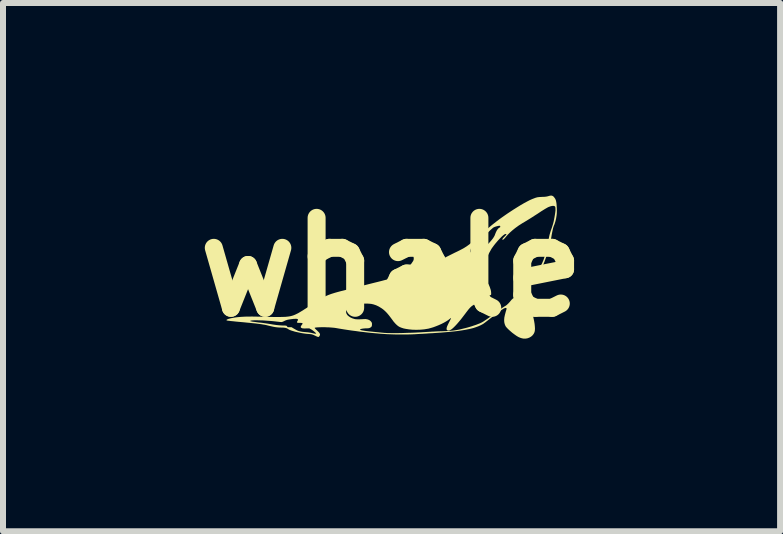
<source format=kicad_pcb>
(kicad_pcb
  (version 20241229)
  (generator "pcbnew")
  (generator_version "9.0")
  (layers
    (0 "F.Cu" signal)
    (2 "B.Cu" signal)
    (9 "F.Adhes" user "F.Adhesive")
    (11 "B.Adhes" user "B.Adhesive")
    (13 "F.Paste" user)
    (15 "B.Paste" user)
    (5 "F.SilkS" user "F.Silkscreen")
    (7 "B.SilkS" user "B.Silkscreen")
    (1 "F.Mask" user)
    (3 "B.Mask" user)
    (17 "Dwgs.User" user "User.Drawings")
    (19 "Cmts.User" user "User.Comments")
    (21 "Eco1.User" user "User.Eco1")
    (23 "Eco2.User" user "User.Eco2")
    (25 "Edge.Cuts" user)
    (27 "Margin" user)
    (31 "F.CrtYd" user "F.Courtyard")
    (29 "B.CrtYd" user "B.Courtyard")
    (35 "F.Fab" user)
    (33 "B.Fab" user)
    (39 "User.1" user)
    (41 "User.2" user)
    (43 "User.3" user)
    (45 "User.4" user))
  (footprint "whale"
    (layer "F.Cu")
    (at 3.479 1.404)
    (property "Reference" "whale" (at 0 0 0) (layer "F.SilkS") (effects (font (size 1.5 1.5) (thickness 0.3))))
    (attr board_only exclude_from_pos_files exclude_from_bom)
    (fp_poly (pts (xy 2.671 -1.192) (xy 2.685 -1.187) (xy 2.689 -1.185) (xy 2.702 -1.175) (xy 2.714 -1.16) (xy 2.727 -1.142) (xy 2.736 -1.123) (xy 2.739 -1.115) (xy 2.744 -1.094) (xy 2.749 -1.067) (xy 2.752 -1.036) (xy 2.754 -1.002) (xy 2.756 -0.967) (xy 2.756 -0.932) (xy 2.755 -0.898) (xy 2.752 -0.868) (xy 2.751 -0.859) (xy 2.743 -0.809) (xy 2.732 -0.764) (xy 2.72 -0.725) (xy 2.713 -0.706) (xy 2.706 -0.69) (xy 2.7 -0.673) (xy 2.694 -0.654) (xy 2.689 -0.632) (xy 2.683 -0.606) (xy 2.677 -0.576) (xy 2.67 -0.54) (xy 2.664 -0.503) (xy 2.659 -0.473) (xy 2.653 -0.443) (xy 2.647 -0.413) (xy 2.642 -0.387) (xy 2.637 -0.364) (xy 2.634 -0.353) (xy 2.619 -0.3) (xy 2.603 -0.247) (xy 2.586 -0.194) (xy 2.568 -0.143) (xy 2.55 -0.093) (xy 2.532 -0.047) (xy 2.514 -0.005) (xy 2.497 0.032) (xy 2.482 0.062) (xy 2.481 0.064) (xy 2.473 0.077) (xy 2.461 0.095) (xy 2.445 0.119) (xy 2.425 0.148) (xy 2.4 0.183) (xy 2.372 0.223) (xy 2.338 0.27) (xy 2.301 0.322) (xy 2.297 0.327) (xy 2.239 0.407) (xy 2.246 0.428) (xy 2.25 0.439) (xy 2.255 0.455) (xy 2.261 0.475) (xy 2.267 0.497) (xy 2.269 0.505) (xy 2.275 0.525) (xy 2.283 0.551) (xy 2.291 0.581) (xy 2.3 0.611) (xy 2.309 0.64) (xy 2.311 0.648) (xy 2.333 0.72) (xy 2.351 0.787) (xy 2.366 0.847) (xy 2.377 0.9) (xy 2.385 0.948) (xy 2.389 0.99) (xy 2.391 1.026) (xy 2.389 1.056) (xy 2.384 1.082) (xy 2.383 1.084) (xy 2.37 1.112) (xy 2.351 1.137) (xy 2.327 1.158) (xy 2.3 1.174) (xy 2.269 1.186) (xy 2.236 1.192) (xy 2.202 1.192) (xy 2.174 1.187) (xy 2.145 1.178) (xy 2.115 1.165) (xy 2.083 1.146) (xy 2.049 1.122) (xy 2.014 1.096) (xy 1.986 1.072) (xy 1.96 1.049) (xy 1.938 1.028) (xy 1.919 1.008) (xy 1.905 0.991) (xy 1.898 0.979) (xy 1.886 0.949) (xy 1.879 0.917) (xy 1.877 0.881) (xy 1.88 0.842) (xy 1.889 0.799) (xy 1.902 0.75) (xy 1.905 0.739) (xy 1.912 0.717) (xy 1.916 0.702) (xy 1.917 0.691) (xy 1.915 0.685) (xy 1.911 0.681) (xy 1.906 0.68) (xy 1.899 0.68) (xy 1.891 0.682) (xy 1.882 0.686) (xy 1.87 0.691) (xy 1.856 0.7) (xy 1.839 0.711) (xy 1.819 0.725) (xy 1.795 0.742) (xy 1.766 0.763) (xy 1.734 0.788) (xy 1.696 0.817) (xy 1.653 0.851) (xy 1.642 0.859) (xy 1.613 0.882) (xy 1.588 0.901) (xy 1.568 0.917) (xy 1.551 0.929) (xy 1.537 0.94) (xy 1.525 0.948) (xy 1.514 0.954) (xy 1.503 0.96) (xy 1.492 0.966) (xy 1.479 0.972) (xy 1.475 0.974) (xy 1.443 0.988) (xy 1.407 1.001) (xy 1.369 1.014) (xy 1.327 1.025) (xy 1.281 1.035) (xy 1.231 1.045) (xy 1.177 1.054) (xy 1.117 1.063) (xy 1.052 1.071) (xy 0.981 1.078) (xy 0.904 1.085) (xy 0.82 1.092) (xy 0.729 1.098) (xy 0.689 1.101) (xy 0.628 1.104) (xy 0.574 1.108) (xy 0.527 1.111) (xy 0.485 1.113) (xy 0.448 1.115) (xy 0.415 1.117) (xy 0.385 1.119) (xy 0.359 1.12) (xy 0.335 1.121) (xy 0.313 1.122) (xy 0.291 1.122) (xy 0.27 1.123) (xy 0.249 1.123) (xy 0.226 1.123) (xy 0.202 1.123) (xy 0.176 1.123) (xy 0.166 1.123) (xy 0.103 1.123) (xy 0.043 1.122) (xy -0.015 1.12) (xy -0.073 1.118) (xy -0.131 1.114) (xy -0.192 1.11) (xy -0.256 1.104) (xy -0.326 1.098) (xy -0.357 1.095) (xy -0.412 1.089) (xy -0.471 1.082) (xy -0.533 1.075) (xy -0.596 1.066) (xy -0.66 1.058) (xy -0.722 1.049) (xy -0.781 1.04) (xy -0.837 1.031) (xy -0.886 1.023) (xy -0.908 1.019) (xy -0.931 1.015) (xy -0.952 1.012) (xy -0.972 1.01) (xy -0.995 1.008) (xy -1.02 1.006) (xy -1.05 1.004) (xy -1.07 1.004) (xy -1.107 1.002) (xy -1.143 1.002) (xy -1.176 1.002) (xy -1.206 1.003) (xy -1.232 1.004) (xy -1.254 1.006) (xy -1.27 1.008) (xy -1.279 1.01) (xy -1.281 1.012) (xy -1.282 1.015) (xy -1.279 1.021) (xy -1.271 1.029) (xy -1.267 1.034) (xy -1.244 1.055) (xy -1.226 1.073) (xy -1.212 1.087) (xy -1.203 1.099) (xy -1.197 1.108) (xy -1.194 1.117) (xy -1.193 1.125) (xy -1.196 1.137) (xy -1.202 1.149) (xy -1.21 1.159) (xy -1.215 1.163) (xy -1.22 1.164) (xy -1.225 1.164) (xy -1.233 1.162) (xy -1.245 1.157) (xy -1.262 1.15) (xy -1.268 1.146) (xy -1.291 1.136) (xy -1.308 1.128) (xy -1.324 1.123) (xy -1.339 1.119) (xy -1.357 1.117) (xy -1.378 1.115) (xy -1.393 1.114) (xy -1.427 1.111) (xy -1.463 1.106) (xy -1.501 1.1) (xy -1.539 1.092) (xy -1.576 1.084) (xy -1.611 1.076) (xy -1.644 1.066) (xy -1.673 1.057) (xy -1.697 1.048) (xy -1.715 1.039) (xy -1.723 1.034) (xy -1.738 1.024) (xy -1.755 1.017) (xy -1.775 1.012) (xy -1.8 1.009) (xy -1.831 1.008) (xy -1.836 1.008) (xy -1.868 1.007) (xy -1.9 1.005) (xy -1.933 1.001) (xy -1.968 0.995) (xy -2.008 0.986) (xy -2.043 0.978) (xy -2.068 0.972) (xy -2.092 0.966) (xy -2.117 0.961) (xy -2.143 0.957) (xy -2.17 0.952) (xy -2.2 0.948) (xy -2.233 0.944) (xy -2.271 0.939) (xy -2.313 0.935) (xy -2.36 0.93) (xy -2.414 0.925) (xy -2.451 0.921) (xy -2.505 0.916) (xy -2.553 0.912) (xy -2.594 0.908) (xy -2.629 0.904) (xy -2.659 0.901) (xy -2.683 0.899) (xy -2.687 0.898) (xy -2.357 0.898) (xy -2.355 0.901) (xy -2.35 0.903) (xy -2.338 0.905) (xy -2.321 0.909) (xy -2.299 0.912) (xy -2.274 0.915) (xy -2.246 0.919) (xy -2.216 0.923) (xy -2.194 0.925) (xy -2.164 0.928) (xy -2.129 0.933) (xy -2.095 0.938) (xy -2.062 0.943) (xy -2.043 0.946) (xy -1.979 0.957) (xy -1.923 0.965) (xy -1.873 0.97) (xy -1.831 0.973) (xy -1.804 0.974) (xy -1.782 0.974) (xy -1.766 0.975) (xy -1.756 0.977) (xy -1.748 0.981) (xy -1.743 0.987) (xy -1.739 0.993) (xy -1.737 0.998) (xy -1.733 1) (xy -1.727 1.002) (xy -1.716 1.002) (xy -1.701 1.002) (xy -1.667 1.002) (xy -1.631 1.024) (xy -1.608 1.037) (xy -1.589 1.048) (xy -1.571 1.057) (xy -1.553 1.064) (xy -1.535 1.069) (xy -1.515 1.074) (xy -1.492 1.078) (xy -1.465 1.081) (xy -1.432 1.084) (xy -1.396 1.087) (xy -1.369 1.091) (xy -1.343 1.095) (xy -1.322 1.1) (xy -1.319 1.101) (xy -1.301 1.105) (xy -1.285 1.108) (xy -1.271 1.11) (xy -1.261 1.109) (xy -1.257 1.107) (xy -1.257 1.106) (xy -1.26 1.102) (xy -1.268 1.094) (xy -1.28 1.083) (xy -1.293 1.072) (xy -1.308 1.06) (xy -1.323 1.049) (xy -1.337 1.04) (xy -1.348 1.034) (xy -1.348 1.034) (xy -1.373 1.021) (xy -1.426 1.022) (xy -1.449 1.023) (xy -1.466 1.022) (xy -1.479 1.021) (xy -1.488 1.02) (xy -1.495 1.017) (xy -1.508 1.011) (xy -1.514 1.003) (xy -1.515 0.994) (xy -1.51 0.982) (xy -1.5 0.967) (xy -1.496 0.961) (xy -1.487 0.95) (xy -1.484 0.941) (xy -1.486 0.935) (xy -1.494 0.932) (xy -1.508 0.93) (xy -1.529 0.929) (xy -1.534 0.929) (xy -1.554 0.929) (xy -1.568 0.927) (xy -1.576 0.924) (xy -1.578 0.919) (xy -1.576 0.91) (xy -1.569 0.899) (xy -1.569 0.899) (xy -1.562 0.885) (xy -1.56 0.876) (xy -1.564 0.869) (xy -1.573 0.864) (xy -1.587 0.862) (xy -1.607 0.862) (xy -1.634 0.863) (xy -1.667 0.867) (xy -1.704 0.872) (xy -1.726 0.876) (xy -1.743 0.88) (xy -1.758 0.885) (xy -1.774 0.891) (xy -1.784 0.896) (xy -1.8 0.904) (xy -1.814 0.91) (xy -1.825 0.914) (xy -1.828 0.915) (xy -1.836 0.916) (xy -1.85 0.915) (xy -1.866 0.914) (xy -1.881 0.912) (xy -1.924 0.907) (xy -1.968 0.902) (xy -2.012 0.898) (xy -2.056 0.895) (xy -2.099 0.892) (xy -2.14 0.889) (xy -2.18 0.888) (xy -2.217 0.887) (xy -2.251 0.886) (xy -2.281 0.886) (xy -2.307 0.887) (xy -2.328 0.889) (xy -2.344 0.891) (xy -2.354 0.895) (xy -2.357 0.898) (xy -2.687 0.898) (xy -2.703 0.896) (xy -2.719 0.894) (xy -2.731 0.893) (xy -2.74 0.891) (xy -2.746 0.889) (xy -2.75 0.888) (xy -2.752 0.886) (xy -2.752 0.884) (xy -2.753 0.883) (xy -2.749 0.877) (xy -2.738 0.871) (xy -2.722 0.864) (xy -2.7 0.858) (xy -2.673 0.851) (xy -2.664 0.85) (xy -2.634 0.844) (xy -2.603 0.839) (xy -2.571 0.835) (xy -2.539 0.832) (xy -2.504 0.829) (xy -2.466 0.827) (xy -2.426 0.825) (xy -2.381 0.825) (xy -2.332 0.824) (xy -2.277 0.825) (xy -2.216 0.826) (xy -2.149 0.827) (xy -2.111 0.828) (xy -2.044 0.83) (xy -1.984 0.831) (xy -1.931 0.832) (xy -1.884 0.832) (xy -1.842 0.831) (xy -1.804 0.83) (xy -1.771 0.829) (xy -1.742 0.826) (xy -1.715 0.823) (xy -1.691 0.819) (xy -1.67 0.814) (xy -1.649 0.808) (xy -1.629 0.801) (xy -1.61 0.793) (xy -1.59 0.784) (xy -1.581 0.779) (xy -1.566 0.772) (xy -1.551 0.764) (xy -1.536 0.755) (xy -1.519 0.745) (xy -1.516 0.743) (xy -0.758 0.743) (xy -0.757 0.759) (xy -0.751 0.776) (xy -0.749 0.781) (xy -0.735 0.802) (xy -0.713 0.821) (xy -0.686 0.839) (xy -0.653 0.854) (xy -0.631 0.861) (xy -0.617 0.865) (xy -0.605 0.868) (xy -0.591 0.869) (xy -0.573 0.87) (xy -0.55 0.87) (xy -0.549 0.87) (xy -0.527 0.87) (xy -0.503 0.869) (xy -0.482 0.868) (xy -0.465 0.867) (xy -0.464 0.867) (xy -0.431 0.866) (xy -0.4 0.872) (xy -0.373 0.882) (xy -0.351 0.898) (xy -0.338 0.913) (xy -0.332 0.923) (xy -0.328 0.932) (xy -0.327 0.944) (xy -0.327 0.955) (xy -0.328 0.975) (xy -0.333 0.99) (xy -0.343 1.001) (xy -0.359 1.011) (xy -0.372 1.016) (xy -0.387 1.019) (xy -0.402 1.02) (xy -0.426 1.02) (xy -0.45 1.022) (xy -0.472 1.024) (xy -0.492 1.027) (xy -0.509 1.031) (xy -0.52 1.035) (xy -0.526 1.039) (xy -0.526 1.04) (xy -0.525 1.043) (xy -0.52 1.046) (xy -0.512 1.05) (xy -0.501 1.053) (xy -0.485 1.056) (xy -0.466 1.059) (xy -0.441 1.063) (xy -0.412 1.067) (xy -0.377 1.071) (xy -0.336 1.075) (xy -0.289 1.08) (xy -0.236 1.085) (xy -0.176 1.091) (xy -0.113 1.097) (xy -0.089 1.098) (xy -0.057 1.1) (xy -0.02 1.1) (xy 0.023 1.101) (xy 0.071 1.101) (xy 0.122 1.1) (xy 0.178 1.099) (xy 0.235 1.097) (xy 0.295 1.095) (xy 0.306 1.095) (xy 0.388 1.092) (xy 0.465 1.088) (xy 0.536 1.084) (xy 0.604 1.08) (xy 0.642 1.078) (xy 0.667 1.076) (xy 0.698 1.075) (xy 0.733 1.073) (xy 0.769 1.071) (xy 0.806 1.07) (xy 0.842 1.069) (xy 0.848 1.069) (xy 0.899 1.067) (xy 0.945 1.065) (xy 0.986 1.062) (xy 1.024 1.058) (xy 1.061 1.053) (xy 1.097 1.047) (xy 1.135 1.04) (xy 1.175 1.03) (xy 1.22 1.019) (xy 1.221 1.019) (xy 1.259 1.009) (xy 1.298 0.998) (xy 1.337 0.986) (xy 1.375 0.973) (xy 1.411 0.961) (xy 1.444 0.948) (xy 1.473 0.937) (xy 1.496 0.926) (xy 1.511 0.918) (xy 1.527 0.909) (xy 1.548 0.895) (xy 1.572 0.879) (xy 1.6 0.86) (xy 1.629 0.84) (xy 1.658 0.82) (xy 1.686 0.799) (xy 1.713 0.78) (xy 1.737 0.763) (xy 1.756 0.748) (xy 1.769 0.737) (xy 1.801 0.712) (xy 1.829 0.691) (xy 1.855 0.673) (xy 1.88 0.657) (xy 1.896 0.648) (xy 1.919 0.632) (xy 1.944 0.609) (xy 1.971 0.58) (xy 1.988 0.559) (xy 2.003 0.542) (xy 2.02 0.526) (xy 2.041 0.511) (xy 2.066 0.495) (xy 2.096 0.478) (xy 2.118 0.467) (xy 2.139 0.457) (xy 2.157 0.448) (xy 2.173 0.439) (xy 2.184 0.433) (xy 2.189 0.429) (xy 2.194 0.423) (xy 2.202 0.411) (xy 2.21 0.396) (xy 2.216 0.383) (xy 2.226 0.365) (xy 2.237 0.347) (xy 2.251 0.328) (xy 2.268 0.305) (xy 2.28 0.29) (xy 2.332 0.225) (xy 2.378 0.162) (xy 2.419 0.102) (xy 2.454 0.044) (xy 2.485 -0.013) (xy 2.512 -0.07) (xy 2.536 -0.127) (xy 2.555 -0.186) (xy 2.572 -0.247) (xy 2.577 -0.266) (xy 2.58 -0.28) (xy 2.584 -0.299) (xy 2.589 -0.324) (xy 2.595 -0.351) (xy 2.601 -0.381) (xy 2.608 -0.412) (xy 2.609 -0.417) (xy 2.617 -0.457) (xy 2.624 -0.491) (xy 2.63 -0.52) (xy 2.636 -0.545) (xy 2.643 -0.568) (xy 2.649 -0.589) (xy 2.656 -0.611) (xy 2.664 -0.634) (xy 2.668 -0.644) (xy 2.68 -0.681) (xy 2.691 -0.716) (xy 2.701 -0.753) (xy 2.709 -0.792) (xy 2.717 -0.835) (xy 2.725 -0.883) (xy 2.73 -0.918) (xy 2.733 -0.943) (xy 2.733 -0.966) (xy 2.732 -0.986) (xy 2.73 -1.001) (xy 2.725 -1.011) (xy 2.725 -1.011) (xy 2.713 -1.019) (xy 2.696 -1.022) (xy 2.675 -1.02) (xy 2.65 -1.014) (xy 2.622 -1.004) (xy 2.61 -0.999) (xy 2.597 -0.992) (xy 2.578 -0.981) (xy 2.557 -0.969) (xy 2.533 -0.954) (xy 2.509 -0.939) (xy 2.499 -0.933) (xy 2.436 -0.891) (xy 2.378 -0.854) (xy 2.327 -0.821) (xy 2.28 -0.792) (xy 2.239 -0.767) (xy 2.216 -0.753) (xy 2.18 -0.732) (xy 2.149 -0.712) (xy 2.122 -0.695) (xy 2.097 -0.677) (xy 2.072 -0.659) (xy 2.05 -0.642) (xy 2.012 -0.611) (xy 1.976 -0.579) (xy 1.944 -0.547) (xy 1.916 -0.517) (xy 1.908 -0.507) (xy 1.892 -0.487) (xy 1.878 -0.473) (xy 1.868 -0.463) (xy 1.86 -0.458) (xy 1.853 -0.457) (xy 1.847 -0.459) (xy 1.846 -0.465) (xy 1.852 -0.475) (xy 1.864 -0.49) (xy 1.88 -0.506) (xy 1.893 -0.519) (xy 1.904 -0.531) (xy 1.911 -0.54) (xy 1.914 -0.545) (xy 1.914 -0.545) (xy 1.912 -0.552) (xy 1.903 -0.553) (xy 1.89 -0.549) (xy 1.885 -0.548) (xy 1.874 -0.54) (xy 1.858 -0.528) (xy 1.839 -0.511) (xy 1.819 -0.491) (xy 1.796 -0.467) (xy 1.773 -0.442) (xy 1.75 -0.415) (xy 1.727 -0.388) (xy 1.706 -0.361) (xy 1.687 -0.335) (xy 1.681 -0.327) (xy 1.674 -0.318) (xy 1.668 -0.308) (xy 1.661 -0.297) (xy 1.654 -0.284) (xy 1.645 -0.268) (xy 1.635 -0.25) (xy 1.623 -0.228) (xy 1.609 -0.201) (xy 1.592 -0.17) (xy 1.573 -0.133) (xy 1.551 -0.09) (xy 1.534 -0.059) (xy 1.519 -0.029) (xy 1.504 -0.001) (xy 1.49 0.025) (xy 1.478 0.047) (xy 1.469 0.064) (xy 1.462 0.075) (xy 1.461 0.077) (xy 1.445 0.106) (xy 1.435 0.13) (xy 1.429 0.149) (xy 1.427 0.162) (xy 1.429 0.174) (xy 1.434 0.181) (xy 1.444 0.184) (xy 1.456 0.183) (xy 1.478 0.183) (xy 1.498 0.188) (xy 1.518 0.2) (xy 1.525 0.206) (xy 1.539 0.216) (xy 1.555 0.229) (xy 1.571 0.241) (xy 1.574 0.243) (xy 1.591 0.256) (xy 1.606 0.272) (xy 1.618 0.289) (xy 1.629 0.311) (xy 1.64 0.339) (xy 1.644 0.352) (xy 1.653 0.379) (xy 1.658 0.402) (xy 1.66 0.424) (xy 1.66 0.427) (xy 1.661 0.445) (xy 1.66 0.457) (xy 1.655 0.465) (xy 1.647 0.468) (xy 1.632 0.469) (xy 1.622 0.469) (xy 1.596 0.469) (xy 1.576 0.473) (xy 1.562 0.479) (xy 1.558 0.483) (xy 1.554 0.491) (xy 1.55 0.502) (xy 1.549 0.507) (xy 1.545 0.521) (xy 1.538 0.534) (xy 1.527 0.546) (xy 1.512 0.558) (xy 1.492 0.571) (xy 1.466 0.584) (xy 1.433 0.599) (xy 1.433 0.599) (xy 1.406 0.611) (xy 1.383 0.622) (xy 1.364 0.632) (xy 1.346 0.644) (xy 1.33 0.656) (xy 1.314 0.671) (xy 1.298 0.688) (xy 1.28 0.709) (xy 1.26 0.735) (xy 1.236 0.766) (xy 1.235 0.768) (xy 1.193 0.823) (xy 1.156 0.871) (xy 1.121 0.913) (xy 1.09 0.949) (xy 1.062 0.979) (xy 1.037 1.004) (xy 1.014 1.025) (xy 0.994 1.04) (xy 0.976 1.05) (xy 0.96 1.057) (xy 0.958 1.057) (xy 0.943 1.058) (xy 0.93 1.054) (xy 0.921 1.046) (xy 0.919 1.04) (xy 0.917 1.03) (xy 0.918 1.019) (xy 0.92 1.007) (xy 0.925 0.991) (xy 0.933 0.972) (xy 0.944 0.949) (xy 0.957 0.922) (xy 0.968 0.901) (xy 0.978 0.882) (xy 0.985 0.866) (xy 0.99 0.854) (xy 0.992 0.848) (xy 0.992 0.848) (xy 0.989 0.849) (xy 0.981 0.854) (xy 0.971 0.862) (xy 0.97 0.863) (xy 0.943 0.884) (xy 0.91 0.905) (xy 0.871 0.927) (xy 0.83 0.948) (xy 0.785 0.968) (xy 0.74 0.986) (xy 0.694 1.003) (xy 0.65 1.016) (xy 0.609 1.027) (xy 0.606 1.027) (xy 0.547 1.037) (xy 0.484 1.043) (xy 0.419 1.045) (xy 0.354 1.044) (xy 0.291 1.038) (xy 0.239 1.03) (xy 0.2 1.022) (xy 0.166 1.011) (xy 0.136 0.999) (xy 0.109 0.983) (xy 0.084 0.962) (xy 0.059 0.937) (xy 0.033 0.907) (xy 0.012 0.878) (xy -0.018 0.838) (xy -0.044 0.804) (xy -0.069 0.774) (xy -0.092 0.749) (xy -0.115 0.727) (xy -0.138 0.707) (xy -0.162 0.689) (xy -0.17 0.684) (xy -0.214 0.657) (xy -0.258 0.636) (xy -0.303 0.621) (xy -0.339 0.613) (xy -0.36 0.611) (xy -0.386 0.609) (xy -0.415 0.608) (xy -0.445 0.608) (xy -0.473 0.609) (xy -0.496 0.611) (xy -0.503 0.612) (xy -0.542 0.619) (xy -0.58 0.629) (xy -0.617 0.64) (xy -0.651 0.654) (xy -0.682 0.668) (xy -0.708 0.683) (xy -0.73 0.699) (xy -0.746 0.714) (xy -0.754 0.728) (xy -0.758 0.743) (xy -1.516 0.743) (xy -1.501 0.734) (xy -1.479 0.721) (xy -1.455 0.705) (xy -1.426 0.687) (xy -1.392 0.665) (xy -1.362 0.644) (xy -1.313 0.613) (xy -1.27 0.585) (xy -1.231 0.56) (xy -1.197 0.539) (xy -1.166 0.52) (xy -1.137 0.504) (xy -1.11 0.49) (xy -1.085 0.478) (xy -1.059 0.467) (xy -1.033 0.457) (xy -1.006 0.447) (xy -0.977 0.438) (xy -0.945 0.428) (xy -0.91 0.418) (xy -0.899 0.415) (xy -0.884 0.411) (xy -0.862 0.405) (xy -0.835 0.398) (xy -0.801 0.39) (xy -0.763 0.38) (xy -0.721 0.369) (xy -0.674 0.357) (xy -0.625 0.345) (xy -0.574 0.332) (xy -0.52 0.318) (xy -0.466 0.305) (xy -0.425 0.295) (xy -0.35 0.276) (xy -0.282 0.259) (xy -0.221 0.244) (xy -0.166 0.23) (xy -0.117 0.217) (xy -0.074 0.206) (xy -0.051 0.2) (xy 0.054 0.2) (xy 0.055 0.204) (xy 0.061 0.209) (xy 0.072 0.215) (xy 0.074 0.216) (xy 0.088 0.225) (xy 0.102 0.232) (xy 0.112 0.236) (xy 0.113 0.237) (xy 0.132 0.24) (xy 0.153 0.238) (xy 0.173 0.232) (xy 0.18 0.228) (xy 0.191 0.221) (xy 0.205 0.209) (xy 0.218 0.197) (xy 0.22 0.195) (xy 0.231 0.183) (xy 0.243 0.169) (xy 0.254 0.154) (xy 0.265 0.139) (xy 0.273 0.126) (xy 0.278 0.117) (xy 0.279 0.113) (xy 0.276 0.11) (xy 0.268 0.11) (xy 0.256 0.111) (xy 0.243 0.114) (xy 0.23 0.118) (xy 0.223 0.121) (xy 0.21 0.129) (xy 0.197 0.138) (xy 0.196 0.139) (xy 0.18 0.151) (xy 0.159 0.161) (xy 0.134 0.172) (xy 0.104 0.181) (xy 0.082 0.188) (xy 0.067 0.193) (xy 0.057 0.197) (xy 0.054 0.2) (xy -0.051 0.2) (xy -0.035 0.196) (xy -0.002 0.187) (xy 0.028 0.179) (xy 0.053 0.172) (xy 0.074 0.166) (xy 0.093 0.16) (xy 0.108 0.155) (xy 0.121 0.15) (xy 0.131 0.146) (xy 0.14 0.142) (xy 0.142 0.141) (xy 0.167 0.127) (xy 0.192 0.108) (xy 0.218 0.084) (xy 0.245 0.055) (xy 0.274 0.02) (xy 0.305 -0.021) (xy 0.318 -0.04) (xy 0.33 -0.059) (xy 0.342 -0.076) (xy 0.352 -0.091) (xy 0.359 -0.101) (xy 0.361 -0.105) (xy 0.368 -0.123) (xy 0.37 -0.146) (xy 0.366 -0.172) (xy 0.36 -0.193) (xy 0.351 -0.216) (xy 0.341 -0.235) (xy 0.327 -0.254) (xy 0.315 -0.268) (xy 0.303 -0.284) (xy 0.295 -0.296) (xy 0.292 -0.307) (xy 0.293 -0.318) (xy 0.294 -0.322) (xy 0.303 -0.338) (xy 0.318 -0.351) (xy 0.339 -0.36) (xy 0.366 -0.365) (xy 0.391 -0.366) (xy 0.412 -0.365) (xy 0.431 -0.363) (xy 0.45 -0.358) (xy 0.468 -0.349) (xy 0.488 -0.338) (xy 0.509 -0.323) (xy 0.533 -0.303) (xy 0.559 -0.279) (xy 0.59 -0.249) (xy 0.592 -0.248) (xy 0.612 -0.228) (xy 0.633 -0.206) (xy 0.654 -0.184) (xy 0.673 -0.164) (xy 0.678 -0.158) (xy 0.698 -0.136) (xy 0.715 -0.12) (xy 0.731 -0.109) (xy 0.746 -0.103) (xy 0.762 -0.103) (xy 0.78 -0.106) (xy 0.802 -0.115) (xy 0.828 -0.128) (xy 0.838 -0.132) (xy 0.852 -0.139) (xy 0.872 -0.149) (xy 0.897 -0.162) (xy 0.925 -0.176) (xy 0.957 -0.192) (xy 0.991 -0.209) (xy 1.025 -0.226) (xy 1.053 -0.24) (xy 1.091 -0.258) (xy 1.125 -0.275) (xy 1.126 -0.275) (xy 1.311 -0.275) (xy 1.312 -0.26) (xy 1.319 -0.247) (xy 1.319 -0.247) (xy 1.329 -0.241) (xy 1.342 -0.238) (xy 1.36 -0.239) (xy 1.38 -0.244) (xy 1.398 -0.25) (xy 1.421 -0.259) (xy 1.446 -0.271) (xy 1.472 -0.284) (xy 1.497 -0.299) (xy 1.52 -0.313) (xy 1.558 -0.341) (xy 1.593 -0.37) (xy 1.626 -0.403) (xy 1.651 -0.431) (xy 1.673 -0.457) (xy 1.69 -0.479) (xy 1.703 -0.499) (xy 1.714 -0.518) (xy 1.723 -0.537) (xy 1.727 -0.55) (xy 1.741 -0.584) (xy 1.755 -0.612) (xy 1.77 -0.634) (xy 1.781 -0.646) (xy 1.791 -0.654) (xy 1.799 -0.659) (xy 1.803 -0.661) (xy 1.809 -0.664) (xy 1.812 -0.673) (xy 1.812 -0.68) (xy 1.809 -0.687) (xy 1.803 -0.689) (xy 1.793 -0.69) (xy 1.779 -0.687) (xy 1.761 -0.683) (xy 1.742 -0.678) (xy 1.723 -0.672) (xy 1.707 -0.665) (xy 1.698 -0.66) (xy 1.689 -0.654) (xy 1.677 -0.643) (xy 1.661 -0.629) (xy 1.643 -0.613) (xy 1.624 -0.594) (xy 1.614 -0.585) (xy 1.589 -0.561) (xy 1.564 -0.538) (xy 1.54 -0.516) (xy 1.514 -0.493) (xy 1.486 -0.469) (xy 1.453 -0.442) (xy 1.42 -0.415) (xy 1.39 -0.389) (xy 1.364 -0.363) (xy 1.342 -0.338) (xy 1.326 -0.315) (xy 1.316 -0.294) (xy 1.311 -0.275) (xy 1.126 -0.275) (xy 1.154 -0.29) (xy 1.181 -0.304) (xy 1.205 -0.317) (xy 1.227 -0.331) (xy 1.248 -0.344) (xy 1.269 -0.359) (xy 1.291 -0.375) (xy 1.314 -0.393) (xy 1.338 -0.413) (xy 1.366 -0.436) (xy 1.397 -0.463) (xy 1.431 -0.493) (xy 1.471 -0.528) (xy 1.477 -0.533) (xy 1.531 -0.581) (xy 1.582 -0.625) (xy 1.628 -0.664) (xy 1.672 -0.701) (xy 1.714 -0.734) (xy 1.755 -0.766) (xy 1.796 -0.797) (xy 1.837 -0.827) (xy 1.88 -0.857) (xy 1.926 -0.889) (xy 1.956 -0.909) (xy 2.026 -0.955) (xy 2.091 -0.996) (xy 2.151 -1.033) (xy 2.206 -1.065) (xy 2.256 -1.092) (xy 2.302 -1.116) (xy 2.345 -1.135) (xy 2.384 -1.15) (xy 2.4 -1.156) (xy 2.414 -1.16) (xy 2.426 -1.163) (xy 2.438 -1.166) (xy 2.452 -1.167) (xy 2.468 -1.169) (xy 2.49 -1.17) (xy 2.509 -1.171) (xy 2.536 -1.172) (xy 2.557 -1.173) (xy 2.573 -1.175) (xy 2.587 -1.177) (xy 2.6 -1.18) (xy 2.612 -1.183) (xy 2.612 -1.183) (xy 2.636 -1.19) (xy 2.655 -1.193)) (stroke (width 0) (type solid)) (fill yes) (layer "F.SilkS")))
  (gr_rect
    (start -3 -3)
    (end 9.957 5.808)
    (stroke (width 0.1) (type default))
    (fill no)
    (layer "Edge.Cuts")))
</source>
